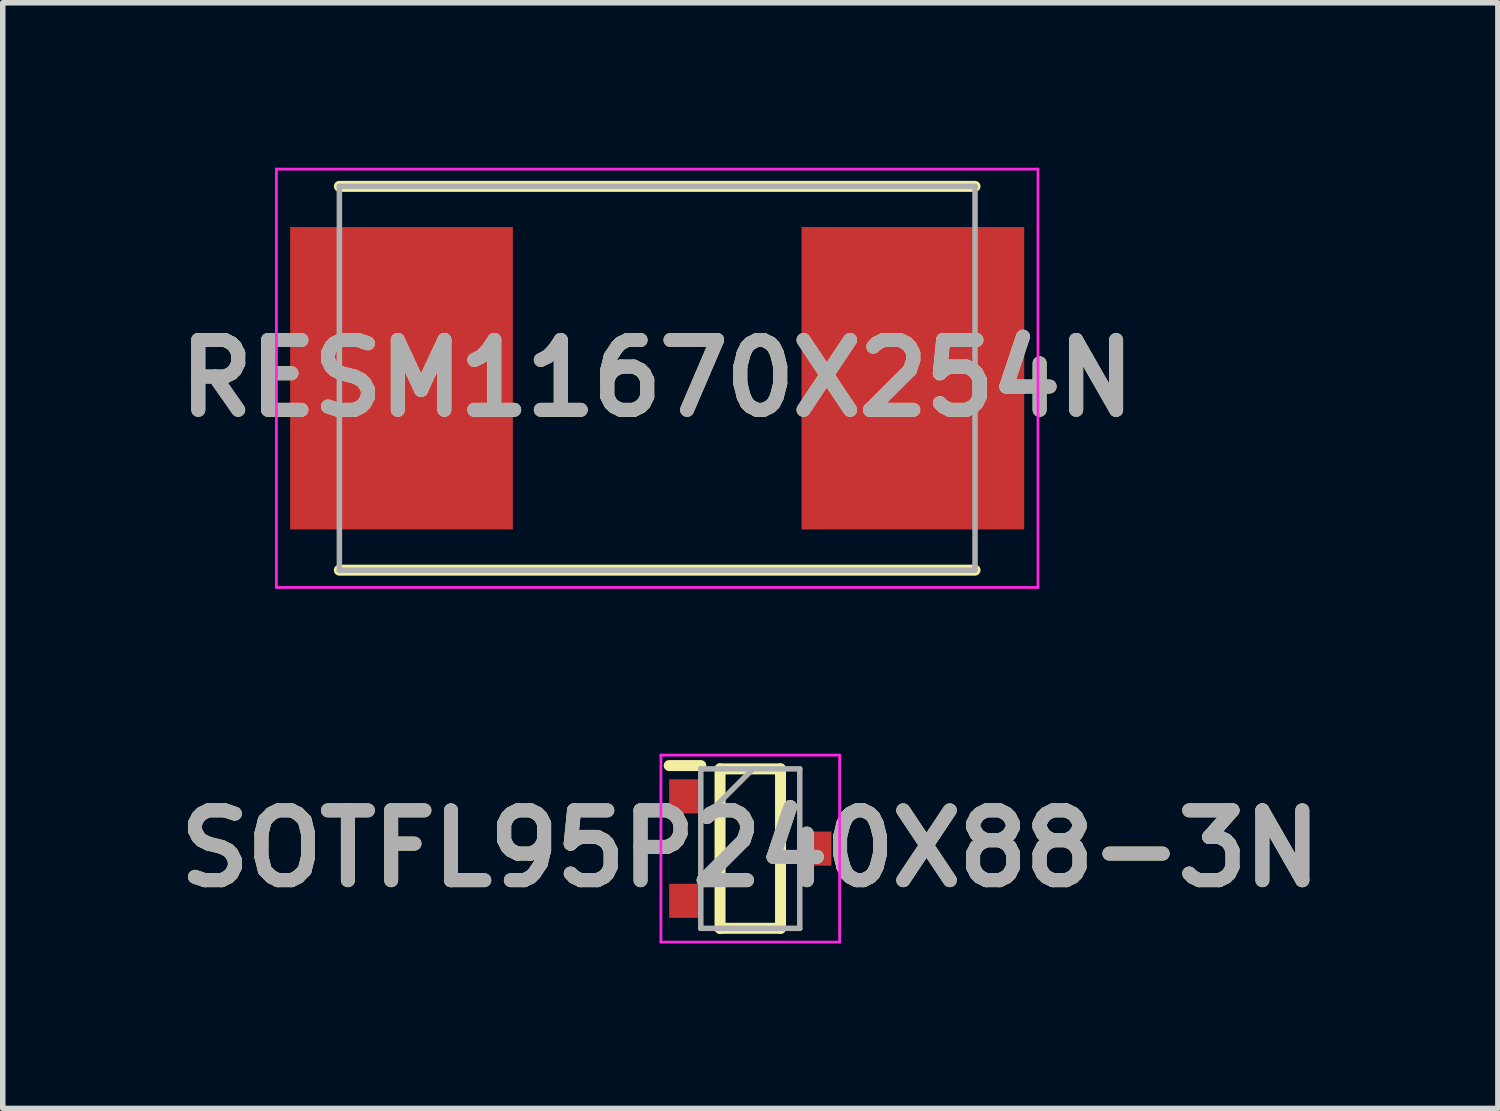
<source format=kicad_pcb>
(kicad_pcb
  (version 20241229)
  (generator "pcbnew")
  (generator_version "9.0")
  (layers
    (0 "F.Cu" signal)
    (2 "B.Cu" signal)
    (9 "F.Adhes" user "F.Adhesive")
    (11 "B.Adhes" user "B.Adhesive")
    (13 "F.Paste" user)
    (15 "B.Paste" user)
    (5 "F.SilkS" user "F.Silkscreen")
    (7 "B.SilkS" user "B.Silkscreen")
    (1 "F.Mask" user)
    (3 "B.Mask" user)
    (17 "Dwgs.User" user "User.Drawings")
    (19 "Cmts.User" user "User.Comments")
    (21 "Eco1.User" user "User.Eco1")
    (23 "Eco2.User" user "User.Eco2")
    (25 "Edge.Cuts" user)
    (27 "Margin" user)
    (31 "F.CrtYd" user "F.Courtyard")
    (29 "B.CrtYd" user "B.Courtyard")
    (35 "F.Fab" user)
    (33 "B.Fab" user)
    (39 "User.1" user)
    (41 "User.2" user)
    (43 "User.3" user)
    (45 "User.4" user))
  (footprint "RESM11670X254N"
    (layer "F.Cu")
    (at 8.902 3.829)
    (property "Reference" "RESM11670X254N" (at 0 0 0) (layer "F.SilkS") (effects (font (size 1.27 1.27) (thickness 0.254))))
    (attr smd)
    (fp_line (start -5.78 3.49) (end 5.78 3.49) (stroke (width 0.2) (type solid)) (layer "F.SilkS"))
    (fp_line (start 5.78 -3.49) (end -5.78 -3.49) (stroke (width 0.2) (type solid)) (layer "F.SilkS"))
    (fp_line (start -6.925 -3.804) (end 6.925 -3.804) (stroke (width 0.05) (type solid)) (layer "F.CrtYd"))
    (fp_line (start -6.925 3.804) (end -6.925 -3.804) (stroke (width 0.05) (type solid)) (layer "F.CrtYd"))
    (fp_line (start 6.925 -3.804) (end 6.925 3.804) (stroke (width 0.05) (type solid)) (layer "F.CrtYd"))
    (fp_line (start 6.925 3.804) (end -6.925 3.804) (stroke (width 0.05) (type solid)) (layer "F.CrtYd"))
    (fp_line (start -5.78 -3.49) (end 5.78 -3.49) (stroke (width 0.1) (type solid)) (layer "F.Fab"))
    (fp_line (start -5.78 3.49) (end -5.78 -3.49) (stroke (width 0.1) (type solid)) (layer "F.Fab"))
    (fp_line (start 5.78 -3.49) (end 5.78 3.49) (stroke (width 0.1) (type solid)) (layer "F.Fab"))
    (fp_line (start 5.78 3.49) (end -5.78 3.49) (stroke (width 0.1) (type solid)) (layer "F.Fab"))
    (fp_text user "${REFERENCE}" (at 0 0 0) (layer "F.Fab") (effects (font (size 1.27 1.27) (thickness 0.254))))
    (pad "1" smd rect (at -4.65 0) (size 4.05 5.5) (layers "F.Cu" "F.Mask" "F.Paste"))
    (pad "2" smd rect (at 4.65 0) (size 4.05 5.5) (layers "F.Cu" "F.Mask" "F.Paste")))
  (footprint "SOTFL95P240X88-3N"
    (layer "F.Cu")
    (at 10.595 12.383)
    (property "Reference" "SOTFL95P240X88-3N" (at 0 0 0) (layer "F.SilkS") (effects (font (size 1.27 1.27) (thickness 0.254))))
    (attr smd)
    (fp_line (start -1.475 -1.51) (end -0.9 -1.51) (stroke (width 0.2) (type solid)) (layer "F.SilkS"))
    (fp_line (start -0.55 -1.45) (end 0.55 -1.45) (stroke (width 0.2) (type solid)) (layer "F.SilkS"))
    (fp_line (start -0.55 1.45) (end -0.55 -1.45) (stroke (width 0.2) (type solid)) (layer "F.SilkS"))
    (fp_line (start 0.55 -1.45) (end 0.55 1.45) (stroke (width 0.2) (type solid)) (layer "F.SilkS"))
    (fp_line (start 0.55 1.45) (end -0.55 1.45) (stroke (width 0.2) (type solid)) (layer "F.SilkS"))
    (fp_line (start -1.625 -1.7) (end 1.625 -1.7) (stroke (width 0.05) (type solid)) (layer "F.CrtYd"))
    (fp_line (start -1.625 1.7) (end -1.625 -1.7) (stroke (width 0.05) (type solid)) (layer "F.CrtYd"))
    (fp_line (start 1.625 -1.7) (end 1.625 1.7) (stroke (width 0.05) (type solid)) (layer "F.CrtYd"))
    (fp_line (start 1.625 1.7) (end -1.625 1.7) (stroke (width 0.05) (type solid)) (layer "F.CrtYd"))
    (fp_line (start -0.9 -1.45) (end 0.9 -1.45) (stroke (width 0.1) (type solid)) (layer "F.Fab"))
    (fp_line (start -0.9 -0.5) (end 0.05 -1.45) (stroke (width 0.1) (type solid)) (layer "F.Fab"))
    (fp_line (start -0.9 1.45) (end -0.9 -1.45) (stroke (width 0.1) (type solid)) (layer "F.Fab"))
    (fp_line (start 0.9 -1.45) (end 0.9 1.45) (stroke (width 0.1) (type solid)) (layer "F.Fab"))
    (fp_line (start 0.9 1.45) (end -0.9 1.45) (stroke (width 0.1) (type solid)) (layer "F.Fab"))
    (fp_text user "${REFERENCE}" (at 0 0 0) (layer "F.Fab") (effects (font (size 1.27 1.27) (thickness 0.254))))
    (pad "1" smd rect (at -1.188 -0.95) (size 0.575 0.62) (layers "F.Cu" "F.Mask" "F.Paste"))
    (pad "2" smd rect (at -1.188 0.95) (size 0.575 0.62) (layers "F.Cu" "F.Mask" "F.Paste"))
    (pad "3" smd rect (at 1.188 0) (size 0.575 0.62) (layers "F.Cu" "F.Mask" "F.Paste")))
  (gr_rect
    (start -3 -3)
    (end 24.191 17.108)
    (stroke (width 0.1) (type default))
    (fill no)
    (layer "Edge.Cuts")))
</source>
